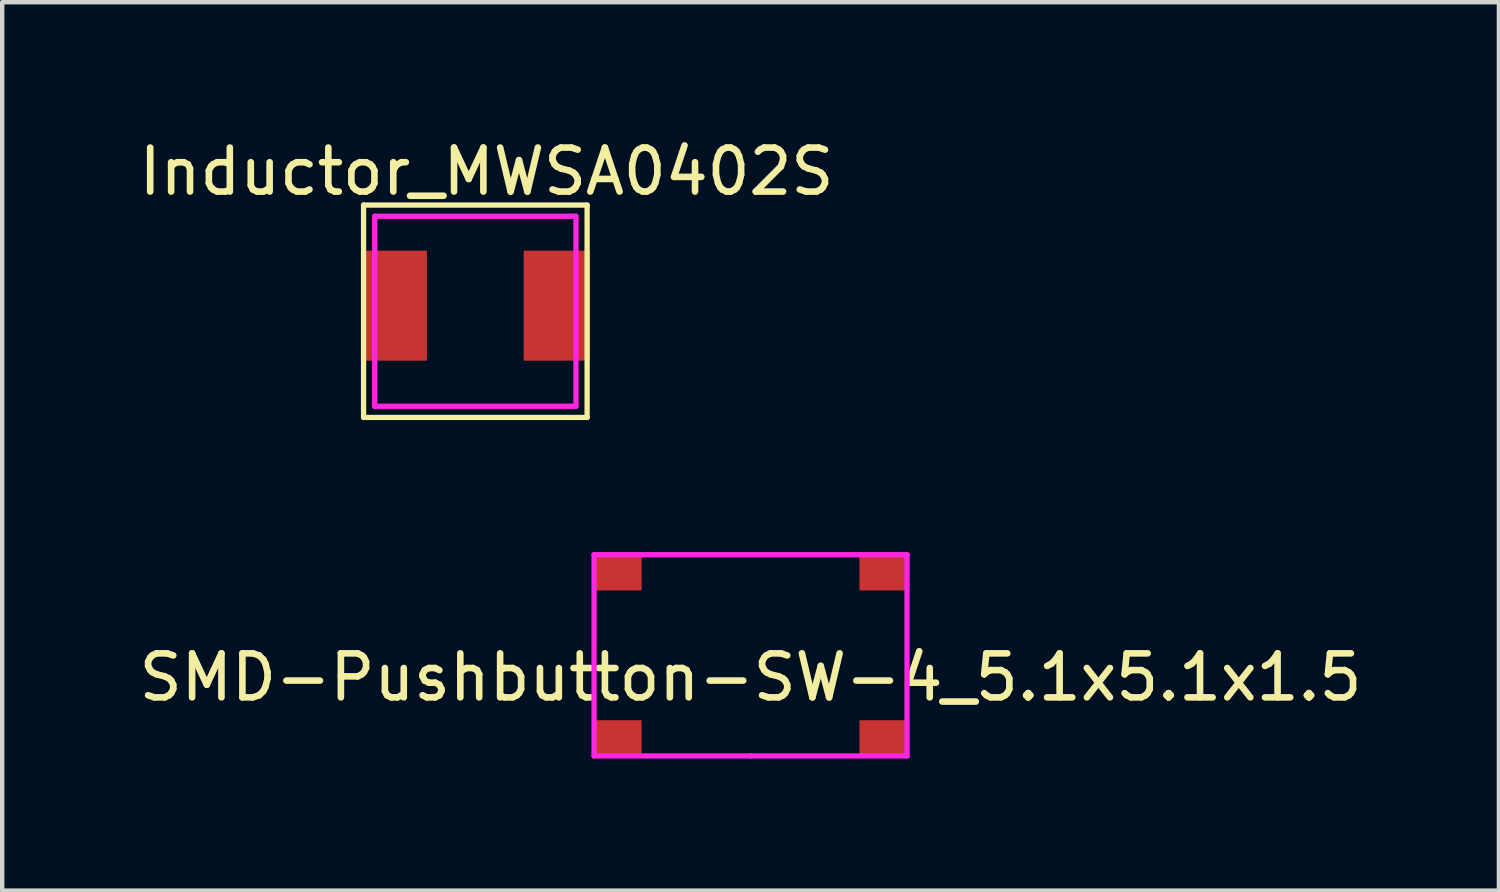
<source format=kicad_pcb>
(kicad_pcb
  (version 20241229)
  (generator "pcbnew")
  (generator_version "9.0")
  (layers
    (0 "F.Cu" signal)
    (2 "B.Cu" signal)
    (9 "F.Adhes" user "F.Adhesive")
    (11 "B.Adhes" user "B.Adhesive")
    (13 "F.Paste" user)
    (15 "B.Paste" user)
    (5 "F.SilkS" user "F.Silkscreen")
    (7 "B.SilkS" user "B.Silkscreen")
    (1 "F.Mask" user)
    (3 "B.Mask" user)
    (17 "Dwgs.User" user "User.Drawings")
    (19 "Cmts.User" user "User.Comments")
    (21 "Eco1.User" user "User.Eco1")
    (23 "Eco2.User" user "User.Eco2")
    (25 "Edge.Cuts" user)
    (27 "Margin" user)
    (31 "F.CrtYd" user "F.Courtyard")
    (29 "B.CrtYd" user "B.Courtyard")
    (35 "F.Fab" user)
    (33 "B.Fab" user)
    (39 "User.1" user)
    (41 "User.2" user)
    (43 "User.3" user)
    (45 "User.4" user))
  (footprint "Inductor_MWSA0402S"
    (layer "F.Cu")
    (at 7.752 3.896)
    (property "Reference" "Inductor_MWSA0402S" (at 0.254 -3.048 0) (layer "F.SilkS") (effects (font (size 1 1) (thickness 0.15))))
    (attr through_hole)
    (fp_line (start -2.54 -2.286) (end 2.54 -2.286) (stroke (width 0.12) (type solid)) (layer "F.SilkS"))
    (fp_line (start -2.54 2.54) (end -2.54 -2.286) (stroke (width 0.12) (type solid)) (layer "F.SilkS"))
    (fp_line (start 2.54 -2.286) (end 2.54 2.54) (stroke (width 0.12) (type solid)) (layer "F.SilkS"))
    (fp_line (start 2.54 2.54) (end -2.54 2.54) (stroke (width 0.12) (type solid)) (layer "F.SilkS"))
    (fp_line (start -2.286 -2.032) (end 2.286 -2.032) (stroke (width 0.12) (type solid)) (layer "F.CrtYd"))
    (fp_line (start -2.286 2.286) (end -2.286 -2.032) (stroke (width 0.12) (type solid)) (layer "F.CrtYd"))
    (fp_line (start 2.286 -2.032) (end 2.286 2.286) (stroke (width 0.12) (type solid)) (layer "F.CrtYd"))
    (fp_line (start 2.286 2.286) (end -2.286 2.286) (stroke (width 0.12) (type solid)) (layer "F.CrtYd"))
    (pad "1" smd rect (at -1.85 0) (size 1.5 2.5) (layers "F.Cu" "F.Mask" "F.Paste"))
    (pad "2" smd rect (at 1.85 0) (size 1.5 2.5) (layers "F.Cu" "F.Mask" "F.Paste")))
  (footprint "SMD-Pushbutton-SW-4_5.1x5.1x1.5"
    (layer "F.Cu")
    (at 14.006 11.842)
    (property "Reference" "SMD-Pushbutton-SW-4_5.1x5.1x1.5" (at 0 0.5 0) (layer "F.SilkS") (effects (font (size 1 1) (thickness 0.15))))
    (attr through_hole)
    (fp_line (start -3.556 -2.286) (end 3.556 -2.286) (stroke (width 0.12) (type solid)) (layer "F.CrtYd"))
    (fp_line (start -3.556 2.286) (end -3.556 -2.286) (stroke (width 0.12) (type solid)) (layer "F.CrtYd"))
    (fp_line (start 0 2.286) (end -3.556 2.286) (stroke (width 0.12) (type solid)) (layer "F.CrtYd"))
    (fp_line (start 3.556 -2.286) (end 3.556 2.286) (stroke (width 0.12) (type solid)) (layer "F.CrtYd"))
    (fp_line (start 3.556 2.286) (end 0 2.286) (stroke (width 0.12) (type solid)) (layer "F.CrtYd"))
    (pad "1" smd rect (at -3 -1.875) (size 1.05 0.8) (layers "F.Cu" "F.Mask" "F.Paste"))
    (pad "1" smd rect (at 3 -1.875) (size 1.05 0.8) (layers "F.Cu" "F.Mask" "F.Paste"))
    (pad "2" smd rect (at -3 1.875) (size 1.05 0.8) (layers "F.Cu" "F.Mask" "F.Paste"))
    (pad "2" smd rect (at 3 1.875) (size 1.05 0.8) (layers "F.Cu" "F.Mask" "F.Paste")))
  (gr_rect
    (start -3 -3)
    (end 31.012 17.188)
    (stroke (width 0.1) (type default))
    (fill no)
    (layer "Edge.Cuts")))
</source>
